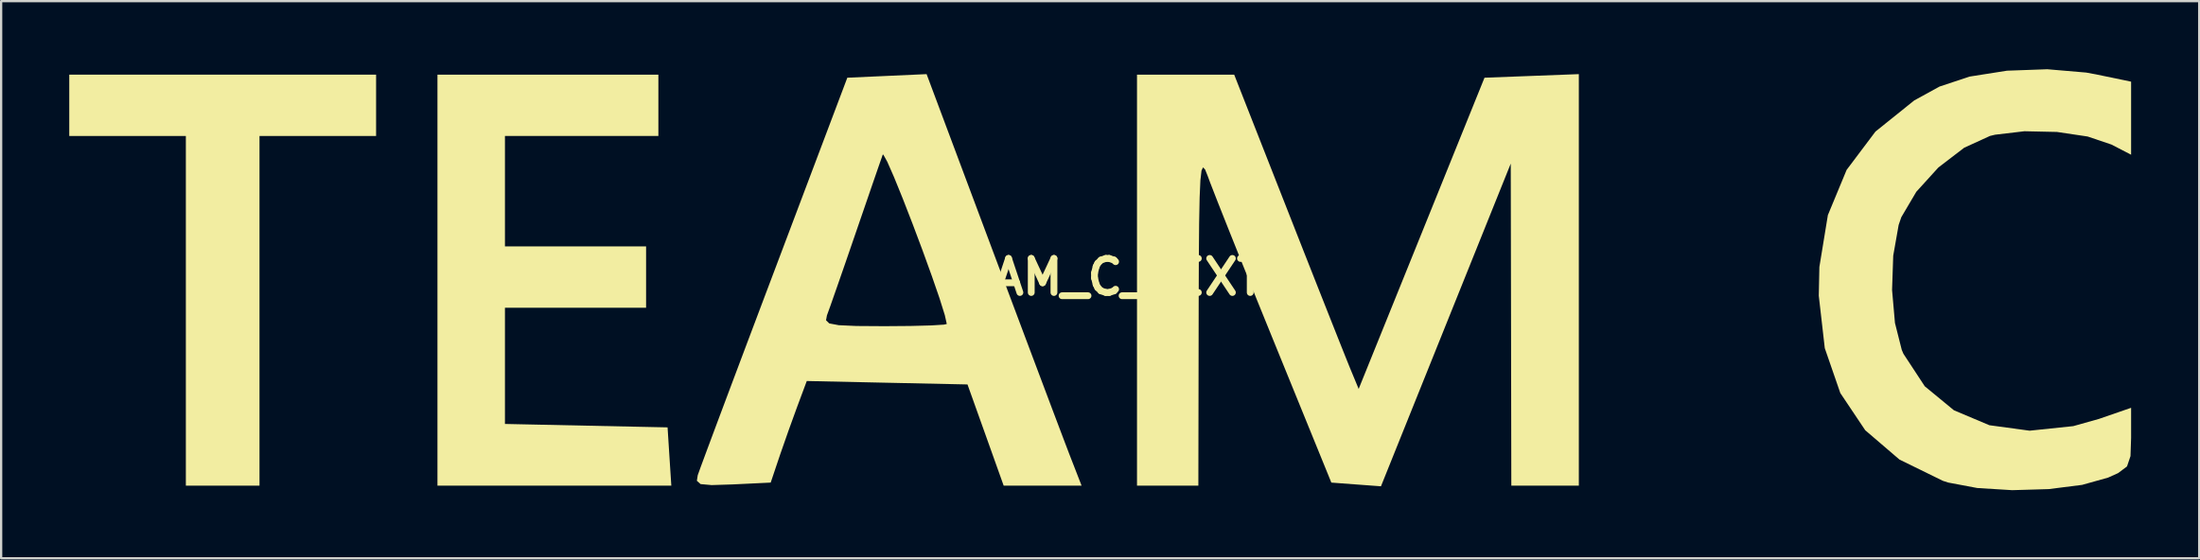
<source format=kicad_pcb>
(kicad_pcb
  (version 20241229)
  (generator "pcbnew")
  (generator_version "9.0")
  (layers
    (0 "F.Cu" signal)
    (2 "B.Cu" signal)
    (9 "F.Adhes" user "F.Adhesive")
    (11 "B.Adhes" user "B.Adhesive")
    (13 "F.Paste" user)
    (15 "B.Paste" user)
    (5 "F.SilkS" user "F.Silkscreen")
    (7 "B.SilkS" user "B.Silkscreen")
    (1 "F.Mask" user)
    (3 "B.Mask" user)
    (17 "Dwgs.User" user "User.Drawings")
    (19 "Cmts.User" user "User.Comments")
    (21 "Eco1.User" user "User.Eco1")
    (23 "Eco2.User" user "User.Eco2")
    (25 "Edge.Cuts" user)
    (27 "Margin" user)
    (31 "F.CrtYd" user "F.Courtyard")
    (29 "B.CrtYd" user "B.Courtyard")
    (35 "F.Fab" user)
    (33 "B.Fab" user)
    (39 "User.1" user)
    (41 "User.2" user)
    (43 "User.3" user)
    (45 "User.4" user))
  (footprint "TEAM_C_TEXT"
    (layer "F.Cu")
    (at 45.396 9.155)
    (property "Reference" "TEAM_C_TEXT" (at 0 0 0) (layer "F.SilkS") (effects (font (size 1.5 1.5) (thickness 0.3))))
    (attr board_only exclude_from_pos_files exclude_from_bom)
    (fp_poly (pts (xy -31.885 -7.566) (xy -31.885 -6.215) (xy -34.452 -6.215) (xy -37.019 -6.215) (xy -37.019 1.486) (xy -37.019 9.187) (xy -38.64 9.187) (xy -40.262 9.187) (xy -40.262 1.486) (xy -40.262 -6.215) (xy -42.829 -6.215) (xy -45.396 -6.215) (xy -45.396 -7.566) (xy -45.396 -8.917) (xy -38.64 -8.917) (xy -31.885 -8.917)) (stroke (width 0) (type solid)) (fill yes) (layer "F.SilkS"))
    (fp_poly (pts (xy -19.455 -7.566) (xy -19.455 -6.215) (xy -22.833 -6.215) (xy -26.211 -6.215) (xy -26.211 -3.783) (xy -26.211 -1.351) (xy -23.103 -1.351) (xy -19.996 -1.351) (xy -19.996 0) (xy -19.996 1.351) (xy -23.103 1.351) (xy -26.211 1.351) (xy -26.211 3.91) (xy -26.211 6.469) (xy -22.63 6.545) (xy -19.05 6.62) (xy -18.968 7.904) (xy -18.885 9.187) (xy -24.034 9.187) (xy -29.183 9.187) (xy -29.183 0.135) (xy -29.183 -8.917) (xy -24.319 -8.917) (xy -19.455 -8.917)) (stroke (width 0) (type solid)) (fill yes) (layer "F.SilkS"))
    (fp_poly (pts (xy 21.077 0.124) (xy 21.077 9.187) (xy 19.59 9.187) (xy 18.104 9.187) (xy 18.092 2.094) (xy 18.079 -4.999) (xy 15.221 2.108) (xy 12.364 9.215) (xy 11.271 9.134) (xy 10.179 9.052) (xy 7.647 2.837) (xy 6.924 1.058) (xy 6.25 -0.612) (xy 5.658 -2.09) (xy 5.181 -3.292) (xy 4.853 -4.134) (xy 4.732 -4.459) (xy 4.619 -4.739) (xy 4.53 -4.833) (xy 4.462 -4.692) (xy 4.413 -4.267) (xy 4.379 -3.508) (xy 4.357 -2.368) (xy 4.344 -0.797) (xy 4.337 1.255) (xy 4.336 1.824) (xy 4.323 9.187) (xy 2.972 9.187) (xy 1.621 9.187) (xy 1.621 0.135) (xy 1.621 -8.917) (xy 3.761 -8.917) (xy 5.901 -8.917) (xy 8.265 -2.905) (xy 8.951 -1.161) (xy 9.592 0.463) (xy 10.154 1.883) (xy 10.603 3.015) (xy 10.908 3.777) (xy 11.005 4.017) (xy 11.382 4.926) (xy 14.153 -1.928) (xy 16.923 -8.782) (xy 19 -8.861) (xy 21.077 -8.94)) (stroke (width 0) (type solid)) (fill yes) (layer "F.SilkS"))
    (fp_poly (pts (xy 43.416 -9.009) (xy 43.851 -8.929) (xy 45.396 -8.608) (xy 45.396 -6.999) (xy 45.396 -5.39) (xy 44.53 -5.838) (xy 43.482 -6.192) (xy 42.132 -6.393) (xy 40.7 -6.424) (xy 39.405 -6.271) (xy 39.181 -6.217) (xy 38.043 -5.696) (xy 36.909 -4.827) (xy 35.937 -3.757) (xy 35.278 -2.64) (xy 35.16 -2.297) (xy 34.921 -0.942) (xy 34.87 0.567) (xy 34.997 2.019) (xy 35.296 3.204) (xy 35.37 3.378) (xy 36.31 4.81) (xy 37.593 5.866) (xy 39.154 6.525) (xy 40.928 6.766) (xy 42.849 6.565) (xy 43.977 6.248) (xy 45.396 5.758) (xy 45.396 7.081) (xy 45.369 7.886) (xy 45.215 8.34) (xy 44.824 8.634) (xy 44.382 8.833) (xy 43.238 9.153) (xy 41.766 9.339) (xy 40.161 9.386) (xy 38.621 9.291) (xy 37.341 9.05) (xy 37.109 8.975) (xy 35.196 8.038) (xy 33.688 6.746) (xy 32.591 5.108) (xy 31.907 3.131) (xy 31.643 0.822) (xy 31.669 -0.443) (xy 32.043 -2.729) (xy 32.869 -4.722) (xy 34.139 -6.41) (xy 35.846 -7.781) (xy 36.961 -8.393) (xy 38.285 -8.832) (xy 39.931 -9.091) (xy 41.705 -9.155)) (stroke (width 0) (type solid)) (fill yes) (layer "F.SilkS"))
    (fp_poly (pts (xy -4.731 -1.16) (xy -3.98 0.843) (xy -3.268 2.74) (xy -2.622 4.457) (xy -2.072 5.918) (xy -1.645 7.047) (xy -1.37 7.77) (xy -1.318 7.904) (xy -0.819 9.187) (xy -2.534 9.187) (xy -4.25 9.187) (xy -5.046 6.958) (xy -5.843 4.729) (xy -9.381 4.654) (xy -12.92 4.578) (xy -13.351 5.734) (xy -13.72 6.751) (xy -14.083 7.788) (xy -14.145 7.971) (xy -14.509 9.052) (xy -16.194 9.133) (xy -17.11 9.162) (xy -17.596 9.118) (xy -17.76 8.972) (xy -17.722 8.728) (xy -17.592 8.366) (xy -17.294 7.561) (xy -16.852 6.377) (xy -16.289 4.875) (xy -15.629 3.12) (xy -15.17 1.903) (xy -12.072 1.903) (xy -11.929 2.041) (xy -11.513 2.119) (xy -10.738 2.154) (xy -9.512 2.162) (xy -9.486 2.162) (xy -8.345 2.153) (xy -7.438 2.129) (xy -6.879 2.094) (xy -6.755 2.066) (xy -6.842 1.675) (xy -7.074 0.935) (xy -7.415 -0.051) (xy -7.824 -1.181) (xy -8.264 -2.352) (xy -8.695 -3.461) (xy -9.079 -4.406) (xy -9.377 -5.084) (xy -9.55 -5.393) (xy -9.575 -5.392) (xy -9.715 -4.993) (xy -9.99 -4.199) (xy -10.36 -3.123) (xy -10.784 -1.891) (xy -11.214 -0.642) (xy -11.594 0.451) (xy -11.881 1.269) (xy -12.033 1.689) (xy -12.072 1.903) (xy -15.17 1.903) (xy -14.895 1.173) (xy -14.35 -0.27) (xy -11.135 -8.782) (xy -9.39 -8.861) (xy -7.644 -8.94)) (stroke (width 0) (type solid)) (fill yes) (layer "F.SilkS")))
  (gr_rect
    (start -3 -3)
    (end 93.791 21.541)
    (stroke (width 0.1) (type default))
    (fill no)
    (layer "Edge.Cuts")))
</source>
